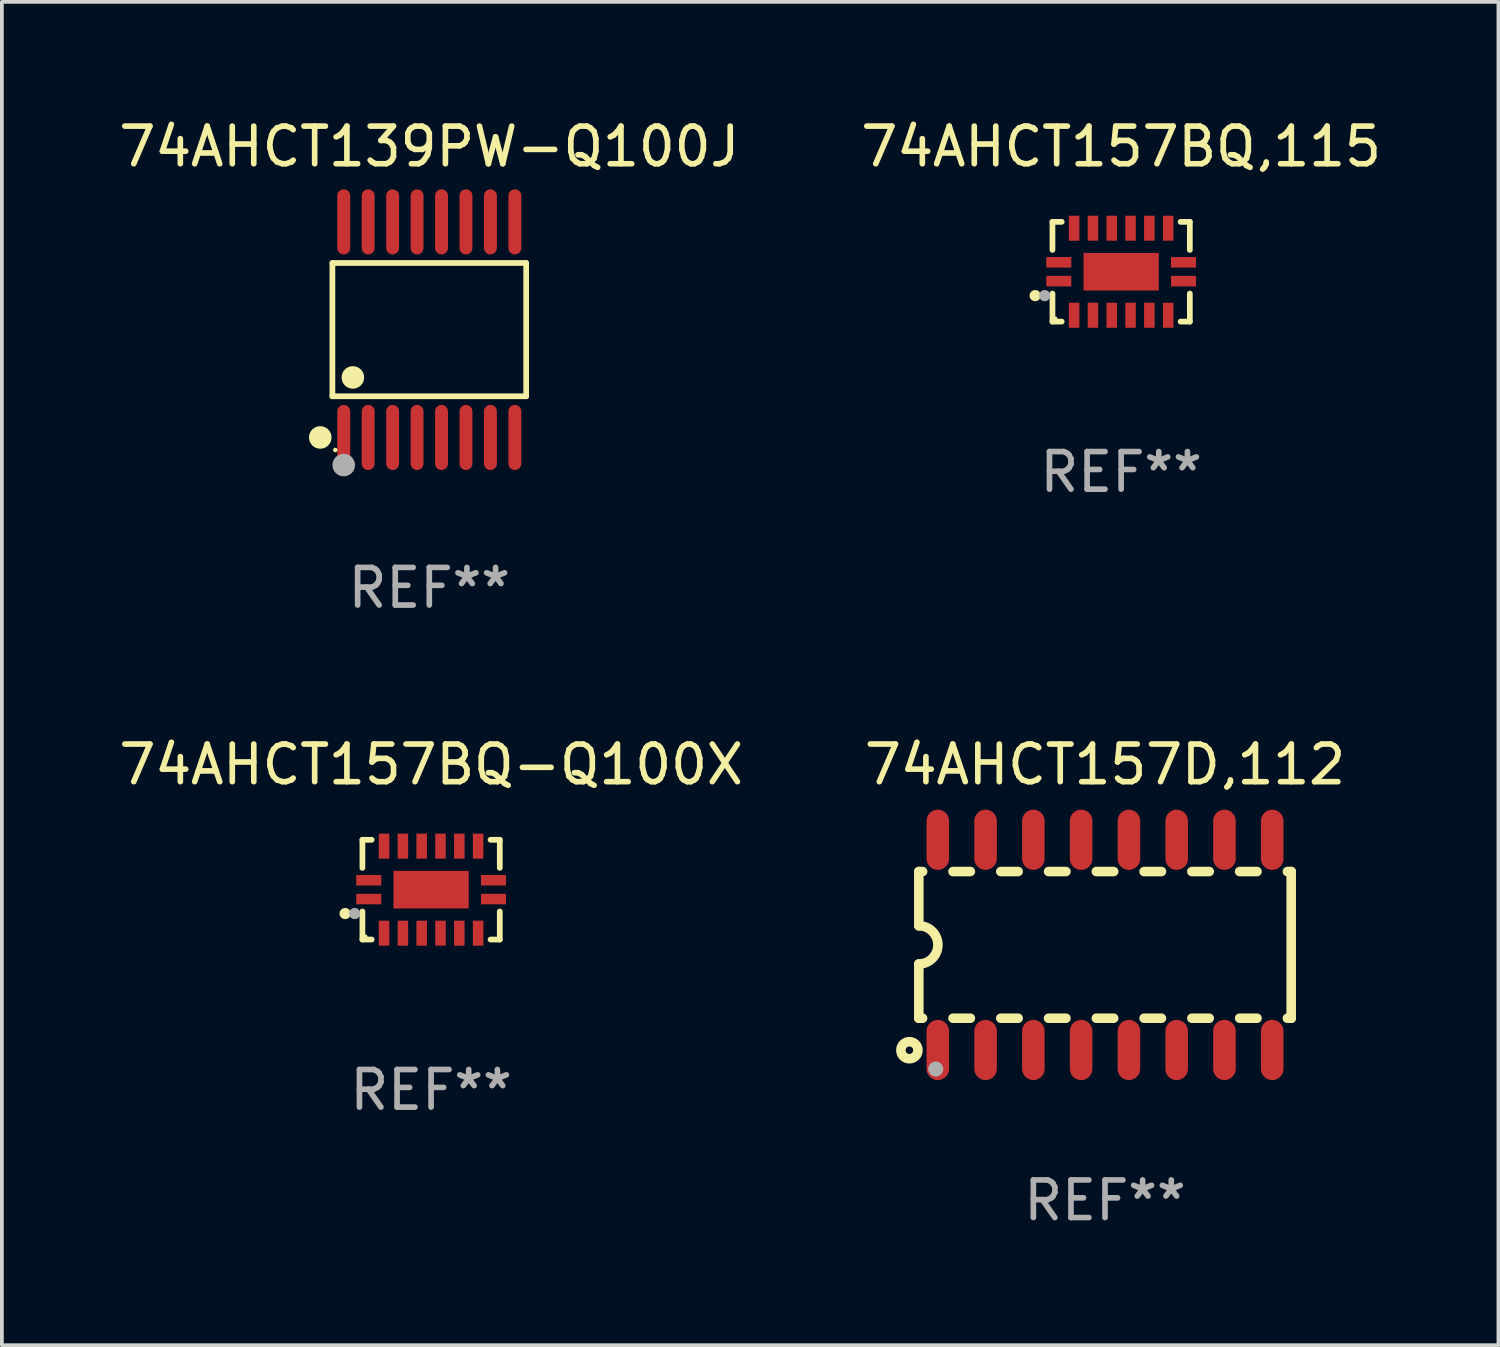
<source format=kicad_pcb>
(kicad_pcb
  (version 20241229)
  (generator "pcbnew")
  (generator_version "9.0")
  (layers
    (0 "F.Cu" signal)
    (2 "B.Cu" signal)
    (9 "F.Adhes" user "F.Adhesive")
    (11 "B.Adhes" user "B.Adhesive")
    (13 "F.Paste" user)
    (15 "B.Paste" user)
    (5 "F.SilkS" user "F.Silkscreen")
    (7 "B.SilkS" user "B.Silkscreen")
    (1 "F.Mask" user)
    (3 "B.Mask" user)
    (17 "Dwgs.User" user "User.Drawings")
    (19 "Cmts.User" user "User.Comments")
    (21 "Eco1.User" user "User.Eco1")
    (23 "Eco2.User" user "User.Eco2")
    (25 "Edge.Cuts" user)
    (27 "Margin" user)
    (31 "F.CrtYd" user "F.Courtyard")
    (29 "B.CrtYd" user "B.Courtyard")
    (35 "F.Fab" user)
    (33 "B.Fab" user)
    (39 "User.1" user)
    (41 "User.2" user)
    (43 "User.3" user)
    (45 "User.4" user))
  (footprint "74AHCT139PW-Q100J"
    (layer "F.Cu")
    (at 8.363 5.714)
    (property "Reference" "74AHCT139PW-Q100J" (at 0 -4.866 0) (layer "F.SilkS") (effects (font (size 1 1) (thickness 0.15))))
    (attr through_hole)
    (fp_line (start -2.576 -1.772) (end 2.576 -1.772) (stroke (width 0.152) (type solid)) (layer "F.SilkS"))
    (fp_line (start -2.576 1.771) (end -2.576 -1.772) (stroke (width 0.152) (type solid)) (layer "F.SilkS"))
    (fp_line (start 2.576 -1.772) (end 2.576 1.771) (stroke (width 0.152) (type solid)) (layer "F.SilkS"))
    (fp_line (start 2.576 1.771) (end -2.576 1.771) (stroke (width 0.152) (type solid)) (layer "F.SilkS"))
    (fp_circle (center -2.899 2.866) (end -2.749 2.866) (stroke (width 0.3) (type solid)) (fill no) (layer "F.SilkS"))
    (fp_circle (center -2.5 3.2) (end -2.47 3.2) (stroke (width 0.06) (type solid)) (fill no) (layer "F.SilkS"))
    (fp_circle (center -2.032 1.27) (end -1.882 1.27) (stroke (width 0.3) (type solid)) (fill no) (layer "F.SilkS"))
    (fp_circle (center -2.275 3.6) (end -2.125 3.6) (stroke (width 0.3) (type solid)) (fill no) (layer "F.Fab"))
    (fp_text user "REF**" (at 0 6.866 0) (layer "F.Fab") (effects (font (size 1 1) (thickness 0.15))))
    (pad "1" smd oval (at -2.275 2.866) (size 0.343 1.731) (layers "F.Cu" "F.Mask" "F.Paste"))
    (pad "2" smd oval (at -1.625 2.866) (size 0.343 1.731) (layers "F.Cu" "F.Mask" "F.Paste"))
    (pad "3" smd oval (at -0.975 2.866) (size 0.343 1.731) (layers "F.Cu" "F.Mask" "F.Paste"))
    (pad "4" smd oval (at -0.325 2.866) (size 0.343 1.731) (layers "F.Cu" "F.Mask" "F.Paste"))
    (pad "5" smd oval (at 0.325 2.866) (size 0.343 1.731) (layers "F.Cu" "F.Mask" "F.Paste"))
    (pad "6" smd oval (at 0.975 2.866) (size 0.343 1.731) (layers "F.Cu" "F.Mask" "F.Paste"))
    (pad "7" smd oval (at 1.625 2.866) (size 0.343 1.731) (layers "F.Cu" "F.Mask" "F.Paste"))
    (pad "8" smd oval (at 2.275 2.866) (size 0.343 1.731) (layers "F.Cu" "F.Mask" "F.Paste"))
    (pad "9" smd oval (at 2.275 -2.866) (size 0.343 1.731) (layers "F.Cu" "F.Mask" "F.Paste"))
    (pad "10" smd oval (at 1.625 -2.866) (size 0.343 1.731) (layers "F.Cu" "F.Mask" "F.Paste"))
    (pad "11" smd oval (at 0.975 -2.866) (size 0.343 1.731) (layers "F.Cu" "F.Mask" "F.Paste"))
    (pad "12" smd oval (at 0.325 -2.866) (size 0.343 1.731) (layers "F.Cu" "F.Mask" "F.Paste"))
    (pad "13" smd oval (at -0.325 -2.866) (size 0.343 1.731) (layers "F.Cu" "F.Mask" "F.Paste"))
    (pad "14" smd oval (at -0.975 -2.866) (size 0.343 1.731) (layers "F.Cu" "F.Mask" "F.Paste"))
    (pad "15" smd oval (at -1.625 -2.866) (size 0.343 1.731) (layers "F.Cu" "F.Mask" "F.Paste"))
    (pad "16" smd oval (at -2.275 -2.866) (size 0.343 1.731) (layers "F.Cu" "F.Mask" "F.Paste")))
  (footprint "74AHCT157BQ-Q100X"
    (layer "F.Cu")
    (at 8.411 20.602)
    (property "Reference" "74AHCT157BQ-Q100X" (at 0 -3.326 0) (layer "F.SilkS") (effects (font (size 1 1) (thickness 0.15))))
    (attr through_hole)
    (fp_line (start -1.826 -1.326) (end -1.58 -1.326) (stroke (width 0.152) (type solid)) (layer "F.SilkS"))
    (fp_line (start -1.826 -0.58) (end -1.826 -1.326) (stroke (width 0.152) (type solid)) (layer "F.SilkS"))
    (fp_line (start -1.826 0.58) (end -1.826 1.326) (stroke (width 0.152) (type solid)) (layer "F.SilkS"))
    (fp_line (start -1.826 1.326) (end -1.58 1.326) (stroke (width 0.152) (type solid)) (layer "F.SilkS"))
    (fp_line (start 1.826 -1.326) (end 1.58 -1.326) (stroke (width 0.152) (type solid)) (layer "F.SilkS"))
    (fp_line (start 1.826 -0.58) (end 1.826 -1.326) (stroke (width 0.152) (type solid)) (layer "F.SilkS"))
    (fp_line (start 1.826 0.58) (end 1.826 1.326) (stroke (width 0.152) (type solid)) (layer "F.SilkS"))
    (fp_line (start 1.826 1.326) (end 1.58 1.326) (stroke (width 0.152) (type solid)) (layer "F.SilkS"))
    (fp_circle (center -2.286 0.635) (end -2.211 0.635) (stroke (width 0.15) (type solid)) (fill no) (layer "F.SilkS"))
    (fp_circle (center -1.75 1.25) (end -1.72 1.25) (stroke (width 0.06) (type solid)) (fill no) (layer "F.SilkS"))
    (fp_circle (center -2.032 0.635) (end -1.957 0.635) (stroke (width 0.15) (type solid)) (fill no) (layer "F.Fab"))
    (fp_text user "REF**" (at 0 5.326 0) (layer "F.Fab") (effects (font (size 1 1) (thickness 0.15))))
    (pad "1" smd rect (at -1.658 0.25) (size 0.665 0.28) (layers "F.Cu" "F.Mask" "F.Paste"))
    (pad "2" smd rect (at -1.25 1.157) (size 0.28 0.665) (layers "F.Cu" "F.Mask" "F.Paste"))
    (pad "3" smd rect (at -0.75 1.157) (size 0.28 0.665) (layers "F.Cu" "F.Mask" "F.Paste"))
    (pad "4" smd rect (at -0.25 1.157) (size 0.28 0.665) (layers "F.Cu" "F.Mask" "F.Paste"))
    (pad "5" smd rect (at 0.25 1.157) (size 0.28 0.665) (layers "F.Cu" "F.Mask" "F.Paste"))
    (pad "6" smd rect (at 0.75 1.157) (size 0.28 0.665) (layers "F.Cu" "F.Mask" "F.Paste"))
    (pad "7" smd rect (at 1.25 1.157) (size 0.28 0.665) (layers "F.Cu" "F.Mask" "F.Paste"))
    (pad "8" smd rect (at 1.658 0.25) (size 0.665 0.28) (layers "F.Cu" "F.Mask" "F.Paste"))
    (pad "9" smd rect (at 1.658 -0.25) (size 0.665 0.28) (layers "F.Cu" "F.Mask" "F.Paste"))
    (pad "10" smd rect (at 1.25 -1.157) (size 0.28 0.665) (layers "F.Cu" "F.Mask" "F.Paste"))
    (pad "11" smd rect (at 0.75 -1.157) (size 0.28 0.665) (layers "F.Cu" "F.Mask" "F.Paste"))
    (pad "12" smd rect (at 0.25 -1.157) (size 0.28 0.665) (layers "F.Cu" "F.Mask" "F.Paste"))
    (pad "13" smd rect (at -0.25 -1.157) (size 0.28 0.665) (layers "F.Cu" "F.Mask" "F.Paste"))
    (pad "14" smd rect (at -0.75 -1.157) (size 0.28 0.665) (layers "F.Cu" "F.Mask" "F.Paste"))
    (pad "15" smd rect (at -1.25 -1.157) (size 0.28 0.665) (layers "F.Cu" "F.Mask" "F.Paste"))
    (pad "16" smd rect (at -1.658 -0.25) (size 0.665 0.28) (layers "F.Cu" "F.Mask" "F.Paste"))
    (pad "17" smd rect (at 0 0) (size 2 1) (layers "F.Cu" "F.Mask" "F.Paste")))
  (footprint "74AHCT157BQ,115"
    (layer "F.Cu")
    (at 26.756 4.174)
    (property "Reference" "74AHCT157BQ,115" (at 0 -3.326 0) (layer "F.SilkS") (effects (font (size 1 1) (thickness 0.15))))
    (attr through_hole)
    (fp_line (start -1.826 -1.326) (end -1.58 -1.326) (stroke (width 0.152) (type solid)) (layer "F.SilkS"))
    (fp_line (start -1.826 -0.58) (end -1.826 -1.326) (stroke (width 0.152) (type solid)) (layer "F.SilkS"))
    (fp_line (start -1.826 0.58) (end -1.826 1.326) (stroke (width 0.152) (type solid)) (layer "F.SilkS"))
    (fp_line (start -1.826 1.326) (end -1.58 1.326) (stroke (width 0.152) (type solid)) (layer "F.SilkS"))
    (fp_line (start 1.826 -1.326) (end 1.58 -1.326) (stroke (width 0.152) (type solid)) (layer "F.SilkS"))
    (fp_line (start 1.826 -0.58) (end 1.826 -1.326) (stroke (width 0.152) (type solid)) (layer "F.SilkS"))
    (fp_line (start 1.826 0.58) (end 1.826 1.326) (stroke (width 0.152) (type solid)) (layer "F.SilkS"))
    (fp_line (start 1.826 1.326) (end 1.58 1.326) (stroke (width 0.152) (type solid)) (layer "F.SilkS"))
    (fp_circle (center -2.286 0.635) (end -2.211 0.635) (stroke (width 0.15) (type solid)) (fill no) (layer "F.SilkS"))
    (fp_circle (center -1.75 1.25) (end -1.72 1.25) (stroke (width 0.06) (type solid)) (fill no) (layer "F.SilkS"))
    (fp_circle (center -2.032 0.635) (end -1.957 0.635) (stroke (width 0.15) (type solid)) (fill no) (layer "F.Fab"))
    (fp_text user "REF**" (at 0 5.326 0) (layer "F.Fab") (effects (font (size 1 1) (thickness 0.15))))
    (pad "1" smd rect (at -1.658 0.25) (size 0.665 0.28) (layers "F.Cu" "F.Mask" "F.Paste"))
    (pad "2" smd rect (at -1.25 1.157) (size 0.28 0.665) (layers "F.Cu" "F.Mask" "F.Paste"))
    (pad "3" smd rect (at -0.75 1.157) (size 0.28 0.665) (layers "F.Cu" "F.Mask" "F.Paste"))
    (pad "4" smd rect (at -0.25 1.157) (size 0.28 0.665) (layers "F.Cu" "F.Mask" "F.Paste"))
    (pad "5" smd rect (at 0.25 1.157) (size 0.28 0.665) (layers "F.Cu" "F.Mask" "F.Paste"))
    (pad "6" smd rect (at 0.75 1.157) (size 0.28 0.665) (layers "F.Cu" "F.Mask" "F.Paste"))
    (pad "7" smd rect (at 1.25 1.157) (size 0.28 0.665) (layers "F.Cu" "F.Mask" "F.Paste"))
    (pad "8" smd rect (at 1.658 0.25) (size 0.665 0.28) (layers "F.Cu" "F.Mask" "F.Paste"))
    (pad "9" smd rect (at 1.658 -0.25) (size 0.665 0.28) (layers "F.Cu" "F.Mask" "F.Paste"))
    (pad "10" smd rect (at 1.25 -1.157) (size 0.28 0.665) (layers "F.Cu" "F.Mask" "F.Paste"))
    (pad "11" smd rect (at 0.75 -1.157) (size 0.28 0.665) (layers "F.Cu" "F.Mask" "F.Paste"))
    (pad "12" smd rect (at 0.25 -1.157) (size 0.28 0.665) (layers "F.Cu" "F.Mask" "F.Paste"))
    (pad "13" smd rect (at -0.25 -1.157) (size 0.28 0.665) (layers "F.Cu" "F.Mask" "F.Paste"))
    (pad "14" smd rect (at -0.75 -1.157) (size 0.28 0.665) (layers "F.Cu" "F.Mask" "F.Paste"))
    (pad "15" smd rect (at -1.25 -1.157) (size 0.28 0.665) (layers "F.Cu" "F.Mask" "F.Paste"))
    (pad "16" smd rect (at -1.658 -0.25) (size 0.665 0.28) (layers "F.Cu" "F.Mask" "F.Paste"))
    (pad "17" smd rect (at 0 0) (size 2 1) (layers "F.Cu" "F.Mask" "F.Paste")))
  (footprint "74AHCT157D,112"
    (layer "F.Cu")
    (at 26.327 22.07)
    (property "Reference" "74AHCT157D,112" (at 0 -4.794 0) (layer "F.SilkS") (effects (font (size 1 1) (thickness 0.15))))
    (attr through_hole)
    (fp_line (start -4.95 -1.95) (end -4.95 -0.508) (stroke (width 0.254) (type solid)) (layer "F.SilkS"))
    (fp_line (start -4.95 -1.95) (end -4.849 -1.95) (stroke (width 0.254) (type solid)) (layer "F.SilkS"))
    (fp_line (start -4.95 1.95) (end -4.95 0.508) (stroke (width 0.254) (type solid)) (layer "F.SilkS"))
    (fp_line (start -4.95 1.95) (end -4.849 1.95) (stroke (width 0.254) (type solid)) (layer "F.SilkS"))
    (fp_line (start -4.041 -1.95) (end -3.579 -1.95) (stroke (width 0.254) (type solid)) (layer "F.SilkS"))
    (fp_line (start -4.041 1.95) (end -3.579 1.95) (stroke (width 0.254) (type solid)) (layer "F.SilkS"))
    (fp_line (start -2.771 -1.95) (end -2.309 -1.95) (stroke (width 0.254) (type solid)) (layer "F.SilkS"))
    (fp_line (start -2.771 1.95) (end -2.309 1.95) (stroke (width 0.254) (type solid)) (layer "F.SilkS"))
    (fp_line (start -1.501 -1.95) (end -1.039 -1.95) (stroke (width 0.254) (type solid)) (layer "F.SilkS"))
    (fp_line (start -1.501 1.95) (end -1.039 1.95) (stroke (width 0.254) (type solid)) (layer "F.SilkS"))
    (fp_line (start -0.231 -1.95) (end 0.231 -1.95) (stroke (width 0.254) (type solid)) (layer "F.SilkS"))
    (fp_line (start -0.231 1.95) (end 0.231 1.95) (stroke (width 0.254) (type solid)) (layer "F.SilkS"))
    (fp_line (start 1.039 -1.95) (end 1.501 -1.95) (stroke (width 0.254) (type solid)) (layer "F.SilkS"))
    (fp_line (start 1.039 1.95) (end 1.501 1.95) (stroke (width 0.254) (type solid)) (layer "F.SilkS"))
    (fp_line (start 2.309 -1.95) (end 2.771 -1.95) (stroke (width 0.254) (type solid)) (layer "F.SilkS"))
    (fp_line (start 2.309 1.95) (end 2.771 1.95) (stroke (width 0.254) (type solid)) (layer "F.SilkS"))
    (fp_line (start 3.579 -1.95) (end 4.041 -1.95) (stroke (width 0.254) (type solid)) (layer "F.SilkS"))
    (fp_line (start 3.579 1.95) (end 4.041 1.95) (stroke (width 0.254) (type solid)) (layer "F.SilkS"))
    (fp_line (start 4.849 -1.95) (end 4.95 -1.95) (stroke (width 0.254) (type solid)) (layer "F.SilkS"))
    (fp_line (start 4.849 1.95) (end 4.95 1.95) (stroke (width 0.254) (type solid)) (layer "F.SilkS"))
    (fp_line (start 4.95 -1.95) (end 4.95 1.95) (stroke (width 0.254) (type solid)) (layer "F.SilkS"))
    (fp_arc (start -4.95047 -0.508001) (mid -4.442469 -0.000228) (end -4.950013 0.508001) (stroke (width 0.254001) (type solid)) (layer "F.SilkS"))
    (fp_circle (center -5.2 2.8) (end -5.1 2.8) (stroke (width 0.254) (type solid)) (fill no) (layer "F.SilkS"))
    (fp_circle (center -4.95 2.947) (end -4.92 2.947) (stroke (width 0.06) (type solid)) (fill no) (layer "F.SilkS"))
    (fp_circle (center -4.5 3.3) (end -4.4 3.3) (stroke (width 0.2) (type solid)) (fill no) (layer "F.Fab"))
    (fp_text user "REF**" (at 0 6.794 0) (layer "F.Fab") (effects (font (size 1 1) (thickness 0.15))))
    (pad "1" smd oval (at -4.445 2.794) (size 0.6 1.6) (layers "F.Cu" "F.Mask" "F.Paste"))
    (pad "2" smd oval (at -3.175 2.794) (size 0.6 1.6) (layers "F.Cu" "F.Mask" "F.Paste"))
    (pad "3" smd oval (at -1.905 2.794) (size 0.6 1.6) (layers "F.Cu" "F.Mask" "F.Paste"))
    (pad "4" smd oval (at -0.635 2.794) (size 0.6 1.6) (layers "F.Cu" "F.Mask" "F.Paste"))
    (pad "5" smd oval (at 0.635 2.794) (size 0.6 1.6) (layers "F.Cu" "F.Mask" "F.Paste"))
    (pad "6" smd oval (at 1.905 2.794) (size 0.6 1.6) (layers "F.Cu" "F.Mask" "F.Paste"))
    (pad "7" smd oval (at 3.175 2.794) (size 0.6 1.6) (layers "F.Cu" "F.Mask" "F.Paste"))
    (pad "8" smd oval (at 4.445 2.794) (size 0.6 1.6) (layers "F.Cu" "F.Mask" "F.Paste"))
    (pad "9" smd oval (at 4.445 -2.794) (size 0.6 1.6) (layers "F.Cu" "F.Mask" "F.Paste"))
    (pad "10" smd oval (at 3.175 -2.794) (size 0.6 1.6) (layers "F.Cu" "F.Mask" "F.Paste"))
    (pad "11" smd oval (at 1.905 -2.794) (size 0.6 1.6) (layers "F.Cu" "F.Mask" "F.Paste"))
    (pad "12" smd oval (at 0.635 -2.794) (size 0.6 1.6) (layers "F.Cu" "F.Mask" "F.Paste"))
    (pad "13" smd oval (at -0.635 -2.794) (size 0.6 1.6) (layers "F.Cu" "F.Mask" "F.Paste"))
    (pad "14" smd oval (at -1.905 -2.794) (size 0.6 1.6) (layers "F.Cu" "F.Mask" "F.Paste"))
    (pad "15" smd oval (at -3.175 -2.794) (size 0.6 1.6) (layers "F.Cu" "F.Mask" "F.Paste"))
    (pad "16" smd oval (at -4.445 -2.794) (size 0.6 1.6) (layers "F.Cu" "F.Mask" "F.Paste")))
  (gr_rect
    (start -3 -3)
    (end 36.786 32.713)
    (stroke (width 0.1) (type default))
    (fill no)
    (layer "Edge.Cuts")))
</source>
